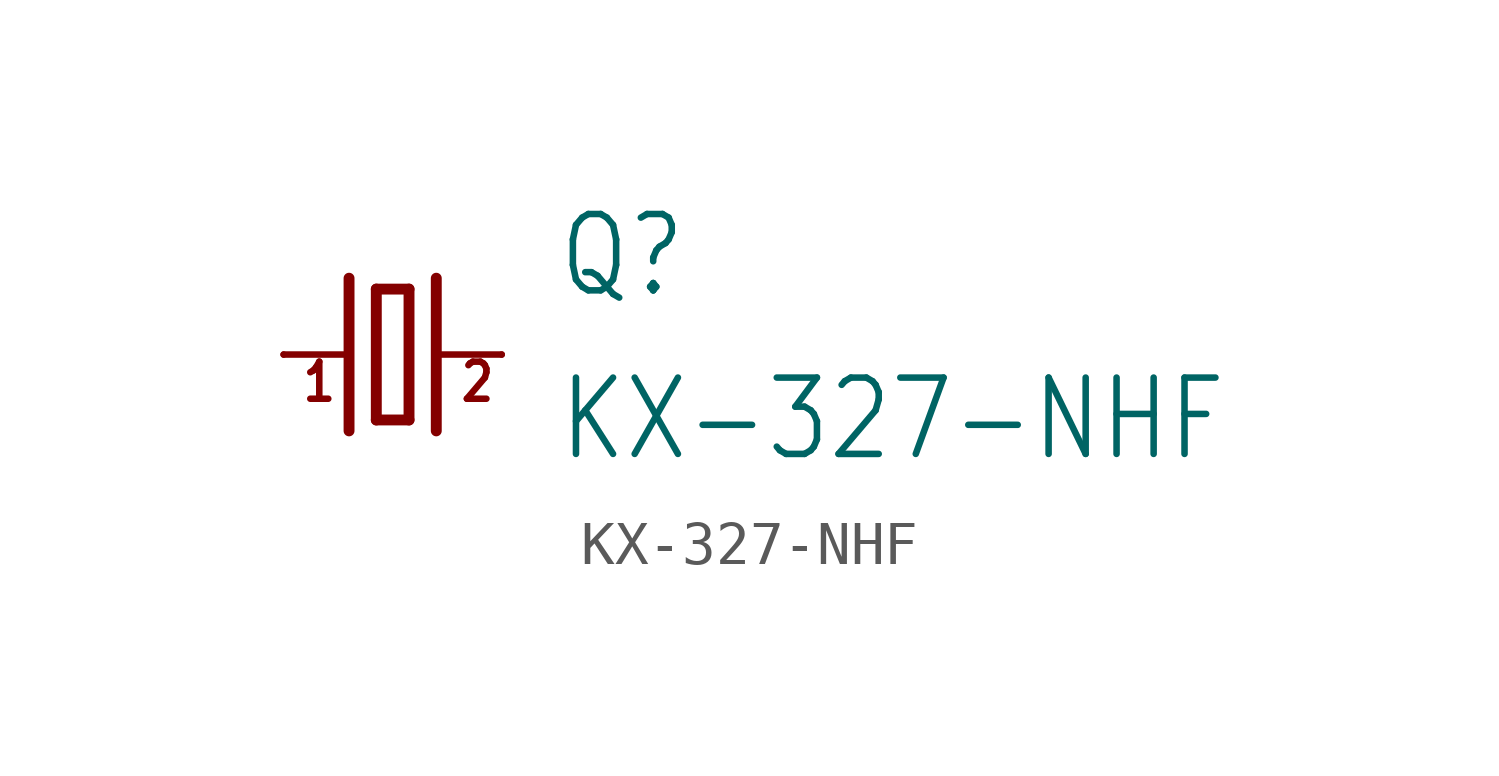
<source format=kicad_sym>
(kicad_symbol_lib
  (version 20211014)
  (generator kicad_symbol_editor)
  (symbol "KX-327-NHF"
    (property "Reference" "Q"
      (at 3.81 1.27 0)
      (effects (font (size 1.778 1.511)) (justify left bottom)))
    (property "Value" "KX-327-NHF"
      (at 3.81 -2.54 0)
      (effects (font (size 1.778 1.511)) (justify left bottom)))
    (property "ki_locked" ""
      (at 0 0 0)
      (effects (font (size 1.27 1.27))))
    (symbol "KX-327-NHF_1_0"
      (polyline (pts (xy -2.54 0) (xy -1.016 0)) (stroke (width 0.152) (type default) (color 0 0 0 0)) (fill (type none)))
      (polyline (pts (xy -1.016 1.778) (xy -1.016 -1.778)) (stroke (width 0.254) (type default) (color 0 0 0 0)) (fill (type none)))
      (polyline (pts (xy -0.381 -1.524) (xy 0.381 -1.524)) (stroke (width 0.254) (type default) (color 0 0 0 0)) (fill (type none)))
      (polyline (pts (xy -0.381 1.524) (xy -0.381 -1.524)) (stroke (width 0.254) (type default) (color 0 0 0 0)) (fill (type none)))
      (polyline (pts (xy 0.381 -1.524) (xy 0.381 1.524)) (stroke (width 0.254) (type default) (color 0 0 0 0)) (fill (type none)))
      (polyline (pts (xy 0.381 1.524) (xy -0.381 1.524)) (stroke (width 0.254) (type default) (color 0 0 0 0)) (fill (type none)))
      (polyline (pts (xy 1.016 0) (xy 2.54 0)) (stroke (width 0.152) (type default) (color 0 0 0 0)) (fill (type none)))
      (polyline (pts (xy 1.016 1.778) (xy 1.016 -1.778)) (stroke (width 0.254) (type default) (color 0 0 0 0)) (fill (type none)))
      (text "1" (at -2.159 -1.143 0) (effects (font (size 0.864 0.734)) (justify left bottom)))
      (text "2" (at 1.524 -1.143 0) (effects (font (size 0.864 0.734)) (justify left bottom)))
      (pin passive line (at -2.54 0 0) (length 0) (name "1" (effects (font (size 0 0)))) (number "1" (effects (font (size 0 0)))))
      (pin passive line (at 2.54 0 180) (length 0) (name "2" (effects (font (size 0 0)))) (number "2" (effects (font (size 0 0))))))))
</source>
